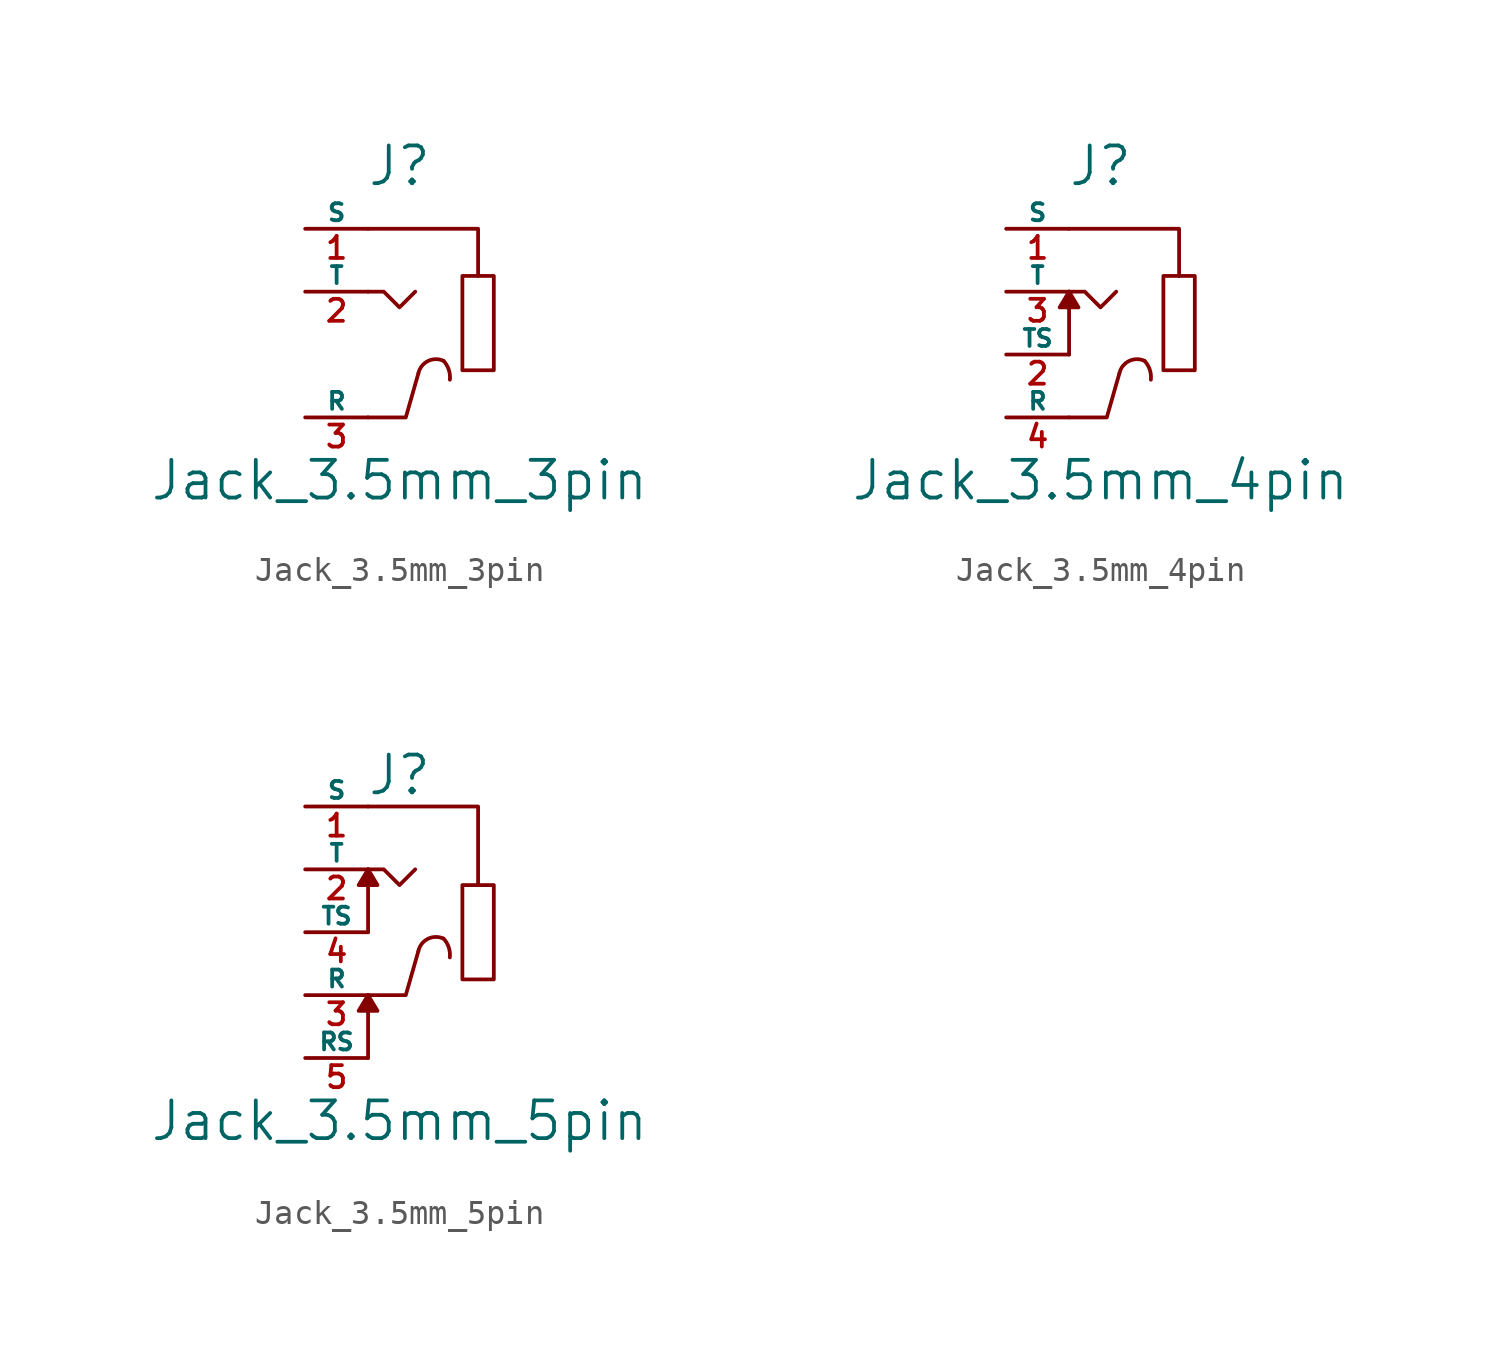
<source format=kicad_sym>
(kicad_symbol_lib
  (version 20220914)
  (generator kicad_symbol_editor)
  (symbol "Jack_3.5mm_3pin"
    (pin_names
      (offset 0))
    (property "Reference" "J"
      (at 0 6.35 0)
      (effects (font (size 1.524 1.524))))
    (property "Value" "Jack_3.5mm_3pin"
      (at 0 -6.35 0)
      (effects (font (size 1.524 1.524))))
    (property "Footprint" ""
      (at 0 0 0)
      (effects (font (size 1.524 1.524))))
    (property "Datasheet" ""
      (at 0 0 0)
      (effects (font (size 1.524 1.524))))
    (symbol "Jack_3.5mm_3pin_0_1"
      (polyline (pts (xy -1.27 3.81) (xy 3.175 3.81) (xy 3.175 1.905)) (stroke (width 0) (type solid)) (fill (type none)))
      (polyline (pts (xy 0.762 -2.032) (xy 0.254 -3.81) (xy -1.27 -3.81)) (stroke (width 0) (type solid)) (fill (type none)))
      (polyline (pts (xy -1.27 1.27) (xy -0.635 1.27) (xy 0 0.635) (xy 0.635 1.27)) (stroke (width 0) (type solid)) (fill (type none)))
      (arc (start 1.778 -1.524) (mid 1.1479 -1.5338) (end 0.762 -2.032) (stroke (width 0) (type solid)) (fill (type none)))
      (arc (start 2.032 -2.286) (mid 1.9875 -1.8775) (end 1.778 -1.524) (stroke (width 0) (type solid)) (fill (type none)))
      (rectangle (start 2.54 1.905) (end 3.81 -1.905) (stroke (width 0) (type solid)) (fill (type none))))
    (symbol "Jack_3.5mm_3pin_1_1"
      (pin passive line (at -3.81 3.81 0) (length 2.54) (name "S" (effects (font (size 0.686 0.686)))) (number "1" (effects (font (size 0.889 0.889)))))
      (pin passive line (at -3.81 1.27 0) (length 2.54) (name "T" (effects (font (size 0.686 0.686)))) (number "2" (effects (font (size 0.889 0.889)))))
      (pin passive line (at -3.81 -3.81 0) (length 2.54) (name "R" (effects (font (size 0.686 0.686)))) (number "3" (effects (font (size 0.889 0.889)))))))
  (symbol "Jack_3.5mm_4pin"
    (pin_names
      (offset 0))
    (property "Reference" "J"
      (at 0 6.35 0)
      (effects (font (size 1.524 1.524))))
    (property "Value" "Jack_3.5mm_4pin"
      (at 0 -6.35 0)
      (effects (font (size 1.524 1.524))))
    (property "Footprint" ""
      (at 0 0 0)
      (effects (font (size 1.524 1.524))))
    (property "Datasheet" ""
      (at 0 0 0)
      (effects (font (size 1.524 1.524))))
    (symbol "Jack_3.5mm_4pin_0_1"
      (polyline (pts (xy -1.27 -1.27) (xy -1.27 1.27)) (stroke (width 0) (type solid)) (fill (type none)))
      (polyline (pts (xy -1.27 3.81) (xy 3.175 3.81) (xy 3.175 1.905)) (stroke (width 0) (type solid)) (fill (type none)))
      (polyline (pts (xy 0.762 -2.032) (xy 0.254 -3.81) (xy -1.27 -3.81)) (stroke (width 0) (type solid)) (fill (type none)))
      (polyline (pts (xy -1.27 1.27) (xy -1.651 0.635) (xy -0.889 0.635) (xy -1.27 1.27)) (stroke (width 0) (type solid)) (fill (type outline)))
      (polyline (pts (xy -1.27 1.27) (xy -0.635 1.27) (xy 0 0.635) (xy 0.635 1.27)) (stroke (width 0) (type solid)) (fill (type none)))
      (arc (start 1.778 -1.524) (mid 1.1479 -1.5338) (end 0.762 -2.032) (stroke (width 0) (type solid)) (fill (type none)))
      (arc (start 2.032 -2.286) (mid 1.9875 -1.8775) (end 1.778 -1.524) (stroke (width 0) (type solid)) (fill (type none)))
      (rectangle (start 2.54 1.905) (end 3.81 -1.905) (stroke (width 0) (type solid)) (fill (type none))))
    (symbol "Jack_3.5mm_4pin_1_1"
      (pin passive line (at -3.81 3.81 0) (length 2.54) (name "S" (effects (font (size 0.686 0.686)))) (number "1" (effects (font (size 0.889 0.889)))))
      (pin passive line (at -3.81 -1.27 0) (length 2.54) (name "TS" (effects (font (size 0.686 0.686)))) (number "2" (effects (font (size 0.889 0.889)))))
      (pin passive line (at -3.81 1.27 0) (length 2.54) (name "T" (effects (font (size 0.686 0.686)))) (number "3" (effects (font (size 0.889 0.889)))))
      (pin passive line (at -3.81 -3.81 0) (length 2.54) (name "R" (effects (font (size 0.686 0.686)))) (number "4" (effects (font (size 0.889 0.889)))))))
  (symbol "Jack_3.5mm_5pin"
    (pin_names
      (offset 0))
    (property "Reference" "J"
      (at 0 6.35 0)
      (effects (font (size 1.524 1.524))))
    (property "Value" "Jack_3.5mm_5pin"
      (at 0 -7.62 0)
      (effects (font (size 1.524 1.524))))
    (property "Footprint" ""
      (at 0 1.27 0)
      (effects (font (size 1.524 1.524))))
    (property "Datasheet" ""
      (at 0 0 0)
      (effects (font (size 1.524 1.524))))
    (symbol "Jack_3.5mm_5pin_0_1"
      (polyline (pts (xy -1.27 -5.08) (xy -1.27 -2.54)) (stroke (width 0) (type solid)) (fill (type none)))
      (polyline (pts (xy -1.27 0) (xy -1.27 2.54)) (stroke (width 0) (type solid)) (fill (type none)))
      (polyline (pts (xy -1.27 5.08) (xy 3.175 5.08) (xy 3.175 1.905)) (stroke (width 0) (type solid)) (fill (type none)))
      (polyline (pts (xy 0.762 -0.762) (xy 0.254 -2.54) (xy -1.27 -2.54)) (stroke (width 0) (type solid)) (fill (type none)))
      (polyline (pts (xy -1.27 -2.54) (xy -1.651 -3.175) (xy -0.889 -3.175) (xy -1.27 -2.54)) (stroke (width 0) (type solid)) (fill (type outline)))
      (polyline (pts (xy -1.27 2.54) (xy -1.651 1.905) (xy -0.889 1.905) (xy -1.27 2.54)) (stroke (width 0) (type solid)) (fill (type outline)))
      (polyline (pts (xy -1.27 2.54) (xy -0.635 2.54) (xy 0 1.905) (xy 0.635 2.54)) (stroke (width 0) (type solid)) (fill (type none)))
      (arc (start 1.778 -0.254) (mid 1.1479 -0.2638) (end 0.762 -0.762) (stroke (width 0) (type solid)) (fill (type none)))
      (arc (start 2.032 -1.016) (mid 1.9875 -0.6075) (end 1.778 -0.254) (stroke (width 0) (type solid)) (fill (type none)))
      (rectangle (start 2.54 1.905) (end 3.81 -1.905) (stroke (width 0) (type solid)) (fill (type none))))
    (symbol "Jack_3.5mm_5pin_1_1"
      (pin passive line (at -3.81 5.08 0) (length 2.54) (name "S" (effects (font (size 0.686 0.686)))) (number "1" (effects (font (size 0.889 0.889)))))
      (pin passive line (at -3.81 2.54 0) (length 2.54) (name "T" (effects (font (size 0.686 0.686)))) (number "2" (effects (font (size 0.889 0.889)))))
      (pin passive line (at -3.81 -2.54 0) (length 2.54) (name "R" (effects (font (size 0.686 0.686)))) (number "3" (effects (font (size 0.889 0.889)))))
      (pin passive line (at -3.81 0 0) (length 2.54) (name "TS" (effects (font (size 0.686 0.686)))) (number "4" (effects (font (size 0.889 0.889)))))
      (pin passive line (at -3.81 -5.08 0) (length 2.54) (name "RS" (effects (font (size 0.686 0.686)))) (number "5" (effects (font (size 0.889 0.889))))))))
</source>
